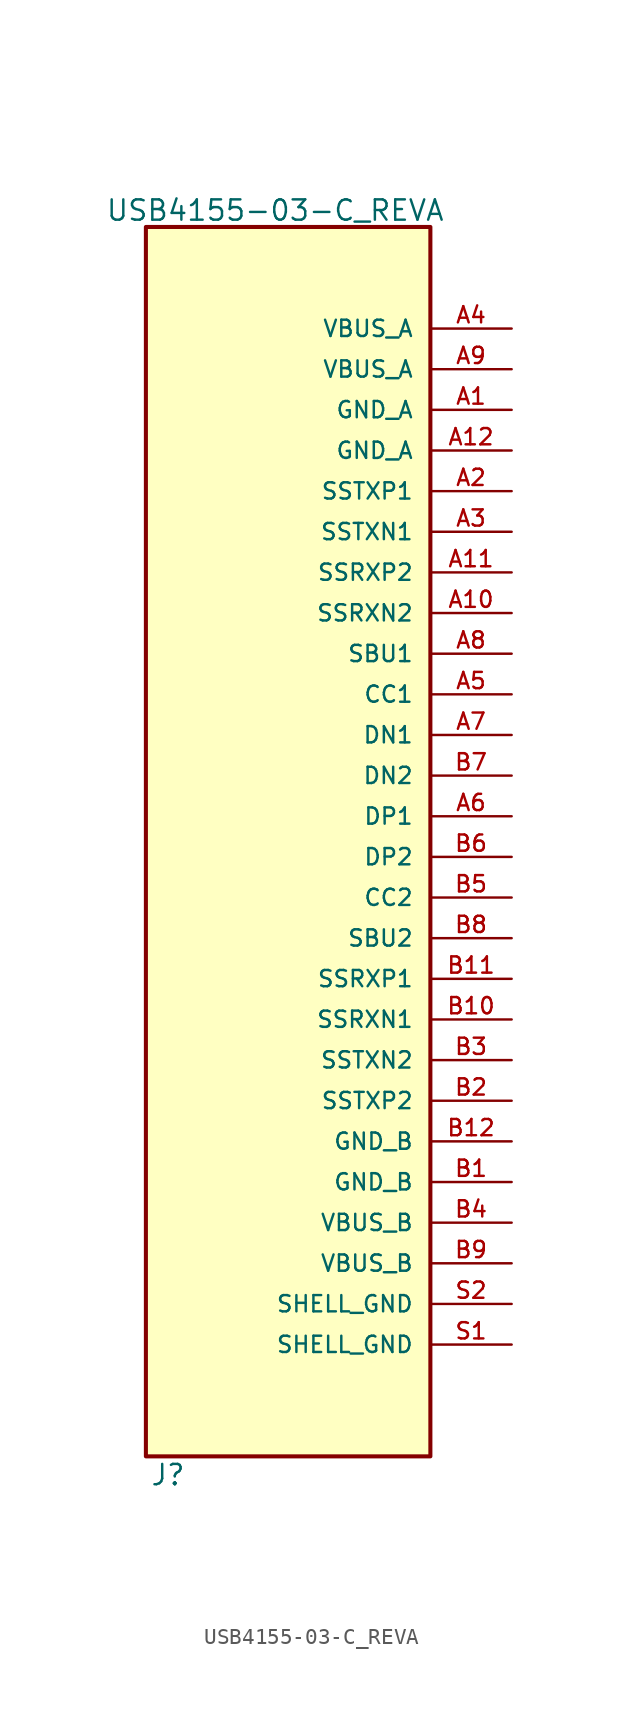
<source format=kicad_sym>
(kicad_symbol_lib
  (version 20231120)
  (generator "kicad_symbol_editor")
  (generator_version "8.0")
  (symbol "USB4155-03-C_REVA"
    (pin_names
      (offset 1.016))
    (property "Reference" "J"
      (at -3.556 -63.5 0)
      (effects (font (size 1.27 1.27)) (justify left bottom)))
    (property "Value" "USB4155-03-C_REVA"
      (at -6.35 17.018 0)
      (effects (font (size 1.27 1.27)) (justify left top)))
    (symbol "USB4155-03-C_REVA_0_0"
      (rectangle (start -3.81 15.24) (end 13.97 -61.595) (stroke (width 0.254) (type default)) (fill (type background)))
      (pin power_in line (at 19.05 3.81 180) (length 5.08) (name "GND_A" (effects (font (size 1.016 1.016)))) (number "A1" (effects (font (size 1.016 1.016)))))
      (pin bidirectional line (at 19.05 -8.89 180) (length 5.08) (name "SSRXN2" (effects (font (size 1.016 1.016)))) (number "A10" (effects (font (size 1.016 1.016)))))
      (pin bidirectional line (at 19.05 -6.35 180) (length 5.08) (name "SSRXP2" (effects (font (size 1.016 1.016)))) (number "A11" (effects (font (size 1.016 1.016)))))
      (pin power_in line (at 19.05 1.27 180) (length 5.08) (name "GND_A" (effects (font (size 1.016 1.016)))) (number "A12" (effects (font (size 1.016 1.016)))))
      (pin bidirectional line (at 19.05 -1.27 180) (length 5.08) (name "SSTXP1" (effects (font (size 1.016 1.016)))) (number "A2" (effects (font (size 1.016 1.016)))))
      (pin bidirectional line (at 19.05 -3.81 180) (length 5.08) (name "SSTXN1" (effects (font (size 1.016 1.016)))) (number "A3" (effects (font (size 1.016 1.016)))))
      (pin power_in line (at 19.05 8.89 180) (length 5.08) (name "VBUS_A" (effects (font (size 1.016 1.016)))) (number "A4" (effects (font (size 1.016 1.016)))))
      (pin bidirectional line (at 19.05 -13.97 180) (length 5.08) (name "CC1" (effects (font (size 1.016 1.016)))) (number "A5" (effects (font (size 1.016 1.016)))))
      (pin bidirectional line (at 19.05 -21.59 180) (length 5.08) (name "DP1" (effects (font (size 1.016 1.016)))) (number "A6" (effects (font (size 1.016 1.016)))))
      (pin bidirectional line (at 19.05 -16.51 180) (length 5.08) (name "DN1" (effects (font (size 1.016 1.016)))) (number "A7" (effects (font (size 1.016 1.016)))))
      (pin bidirectional line (at 19.05 -11.43 180) (length 5.08) (name "SBU1" (effects (font (size 1.016 1.016)))) (number "A8" (effects (font (size 1.016 1.016)))))
      (pin power_in line (at 19.05 6.35 180) (length 5.08) (name "VBUS_A" (effects (font (size 1.016 1.016)))) (number "A9" (effects (font (size 1.016 1.016)))))
      (pin power_in line (at 19.05 -44.45 180) (length 5.08) (name "GND_B" (effects (font (size 1.016 1.016)))) (number "B1" (effects (font (size 1.016 1.016)))))
      (pin bidirectional line (at 19.05 -34.29 180) (length 5.08) (name "SSRXN1" (effects (font (size 1.016 1.016)))) (number "B10" (effects (font (size 1.016 1.016)))))
      (pin bidirectional line (at 19.05 -31.75 180) (length 5.08) (name "SSRXP1" (effects (font (size 1.016 1.016)))) (number "B11" (effects (font (size 1.016 1.016)))))
      (pin power_in line (at 19.05 -41.91 180) (length 5.08) (name "GND_B" (effects (font (size 1.016 1.016)))) (number "B12" (effects (font (size 1.016 1.016)))))
      (pin bidirectional line (at 19.05 -39.37 180) (length 5.08) (name "SSTXP2" (effects (font (size 1.016 1.016)))) (number "B2" (effects (font (size 1.016 1.016)))))
      (pin bidirectional line (at 19.05 -36.83 180) (length 5.08) (name "SSTXN2" (effects (font (size 1.016 1.016)))) (number "B3" (effects (font (size 1.016 1.016)))))
      (pin power_in line (at 19.05 -46.99 180) (length 5.08) (name "VBUS_B" (effects (font (size 1.016 1.016)))) (number "B4" (effects (font (size 1.016 1.016)))))
      (pin bidirectional line (at 19.05 -26.67 180) (length 5.08) (name "CC2" (effects (font (size 1.016 1.016)))) (number "B5" (effects (font (size 1.016 1.016)))))
      (pin bidirectional line (at 19.05 -24.13 180) (length 5.08) (name "DP2" (effects (font (size 1.016 1.016)))) (number "B6" (effects (font (size 1.016 1.016)))))
      (pin bidirectional line (at 19.05 -19.05 180) (length 5.08) (name "DN2" (effects (font (size 1.016 1.016)))) (number "B7" (effects (font (size 1.016 1.016)))))
      (pin bidirectional line (at 19.05 -29.21 180) (length 5.08) (name "SBU2" (effects (font (size 1.016 1.016)))) (number "B8" (effects (font (size 1.016 1.016)))))
      (pin power_in line (at 19.05 -49.53 180) (length 5.08) (name "VBUS_B" (effects (font (size 1.016 1.016)))) (number "B9" (effects (font (size 1.016 1.016)))))
      (pin power_in line (at 19.05 -54.61 180) (length 5.08) (name "SHELL_GND" (effects (font (size 1.016 1.016)))) (number "S1" (effects (font (size 1.016 1.016)))))
      (pin power_in line (at 19.05 -52.07 180) (length 5.08) (name "SHELL_GND" (effects (font (size 1.016 1.016)))) (number "S2" (effects (font (size 1.016 1.016))))))))
</source>
